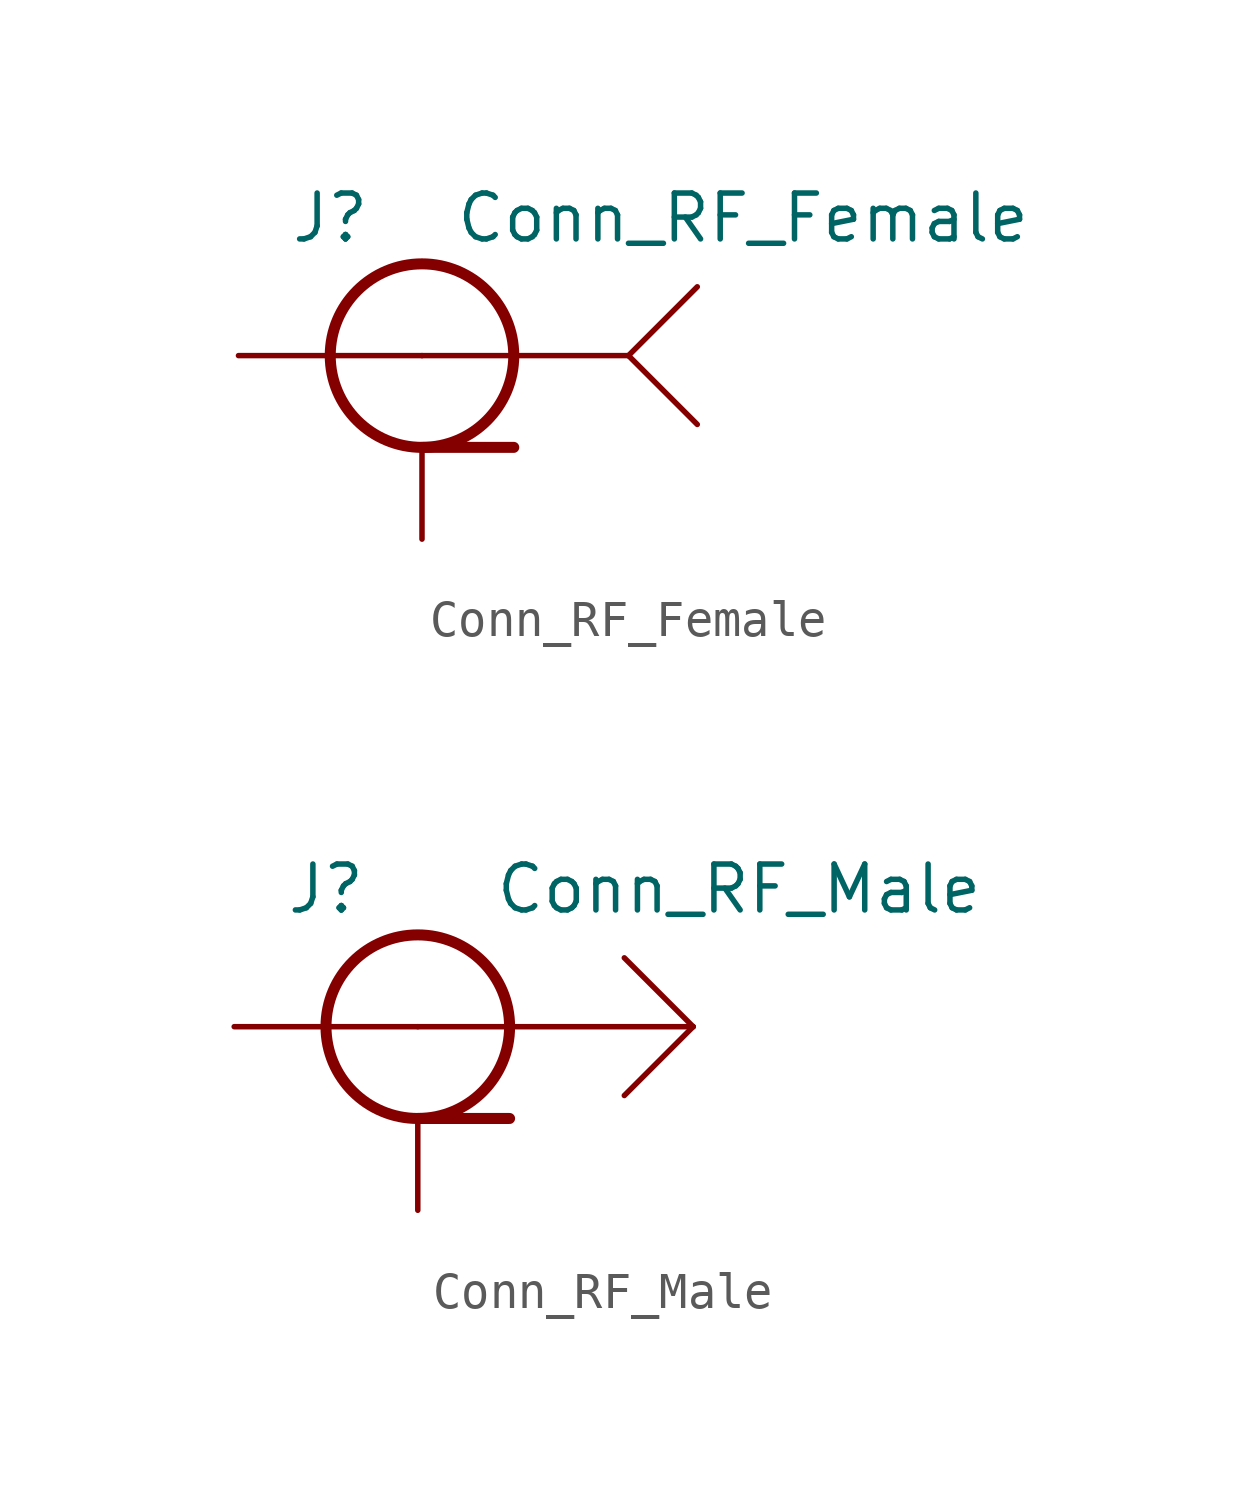
<source format=kicad_sym>
(kicad_symbol_lib
  (version 20211014)
  (generator kicad_symbol_editor)
  (symbol "Conn_RF_Female"
    (pin_numbers hide)
    (pin_names
      (offset 1.016) hide)
    (property "Reference" "J"
      (at -2.54 3.81 0)
      (effects (font (size 1.27 1.27))))
    (property "Value" "Conn_RF_Female"
      (at 8.89 3.81 0)
      (effects (font (size 1.27 1.27))))
    (symbol "Conn_RF_Female_0_1"
      (polyline (pts (xy 0 -2.54) (xy 2.54 -2.54)) (stroke (width 0.305) (type default) (color 0 0 0 0)) (fill (type none)))
      (polyline (pts (xy 0 0) (xy 5.715 0)) (stroke (width 0) (type default) (color 0 0 0 0)) (fill (type none)))
      (polyline (pts (xy 5.715 0) (xy 7.62 -1.905)) (stroke (width 0) (type default) (color 0 0 0 0)) (fill (type none)))
      (polyline (pts (xy 5.715 0) (xy 7.62 1.905)) (stroke (width 0) (type default) (color 0 0 0 0)) (fill (type none)))
      (circle (center 0 0) (radius 2.54) (stroke (width 0.305) (type default) (color 0 0 0 0)) (fill (type none))))
    (symbol "Conn_RF_Female_1_1"
      (pin passive line (at -5.08 0 0) (length 5.08) (name "1" (effects (font (size 1.27 1.27)))) (number "1" (effects (font (size 1.27 1.27)))))
      (pin passive line (at 0 -5.08 90) (length 2.54) (name "2" (effects (font (size 1.27 1.27)))) (number "2" (effects (font (size 1.27 1.27)))))))
  (symbol "Conn_RF_Male"
    (pin_numbers hide)
    (pin_names
      (offset 1.016) hide)
    (property "Reference" "J"
      (at -2.54 3.81 0)
      (effects (font (size 1.27 1.27))))
    (property "Value" "Conn_RF_Male"
      (at 8.89 3.81 0)
      (effects (font (size 1.27 1.27))))
    (symbol "Conn_RF_Male_0_1"
      (polyline (pts (xy 0 -2.54) (xy 2.54 -2.54)) (stroke (width 0.305) (type default) (color 0 0 0 0)) (fill (type none)))
      (polyline (pts (xy 0 0) (xy 7.62 0)) (stroke (width 0) (type default) (color 0 0 0 0)) (fill (type none)))
      (polyline (pts (xy 7.62 0) (xy 5.715 -1.905)) (stroke (width 0) (type default) (color 0 0 0 0)) (fill (type none)))
      (polyline (pts (xy 7.62 0) (xy 5.715 1.905)) (stroke (width 0) (type default) (color 0 0 0 0)) (fill (type none)))
      (circle (center 0 0) (radius 2.54) (stroke (width 0.305) (type default) (color 0 0 0 0)) (fill (type none))))
    (symbol "Conn_RF_Male_1_1"
      (pin passive line (at -5.08 0 0) (length 5.08) (name "1" (effects (font (size 1.27 1.27)))) (number "1" (effects (font (size 1.27 1.27)))))
      (pin passive line (at 0 -5.08 90) (length 2.54) (name "2" (effects (font (size 1.27 1.27)))) (number "2" (effects (font (size 1.27 1.27))))))))
</source>
